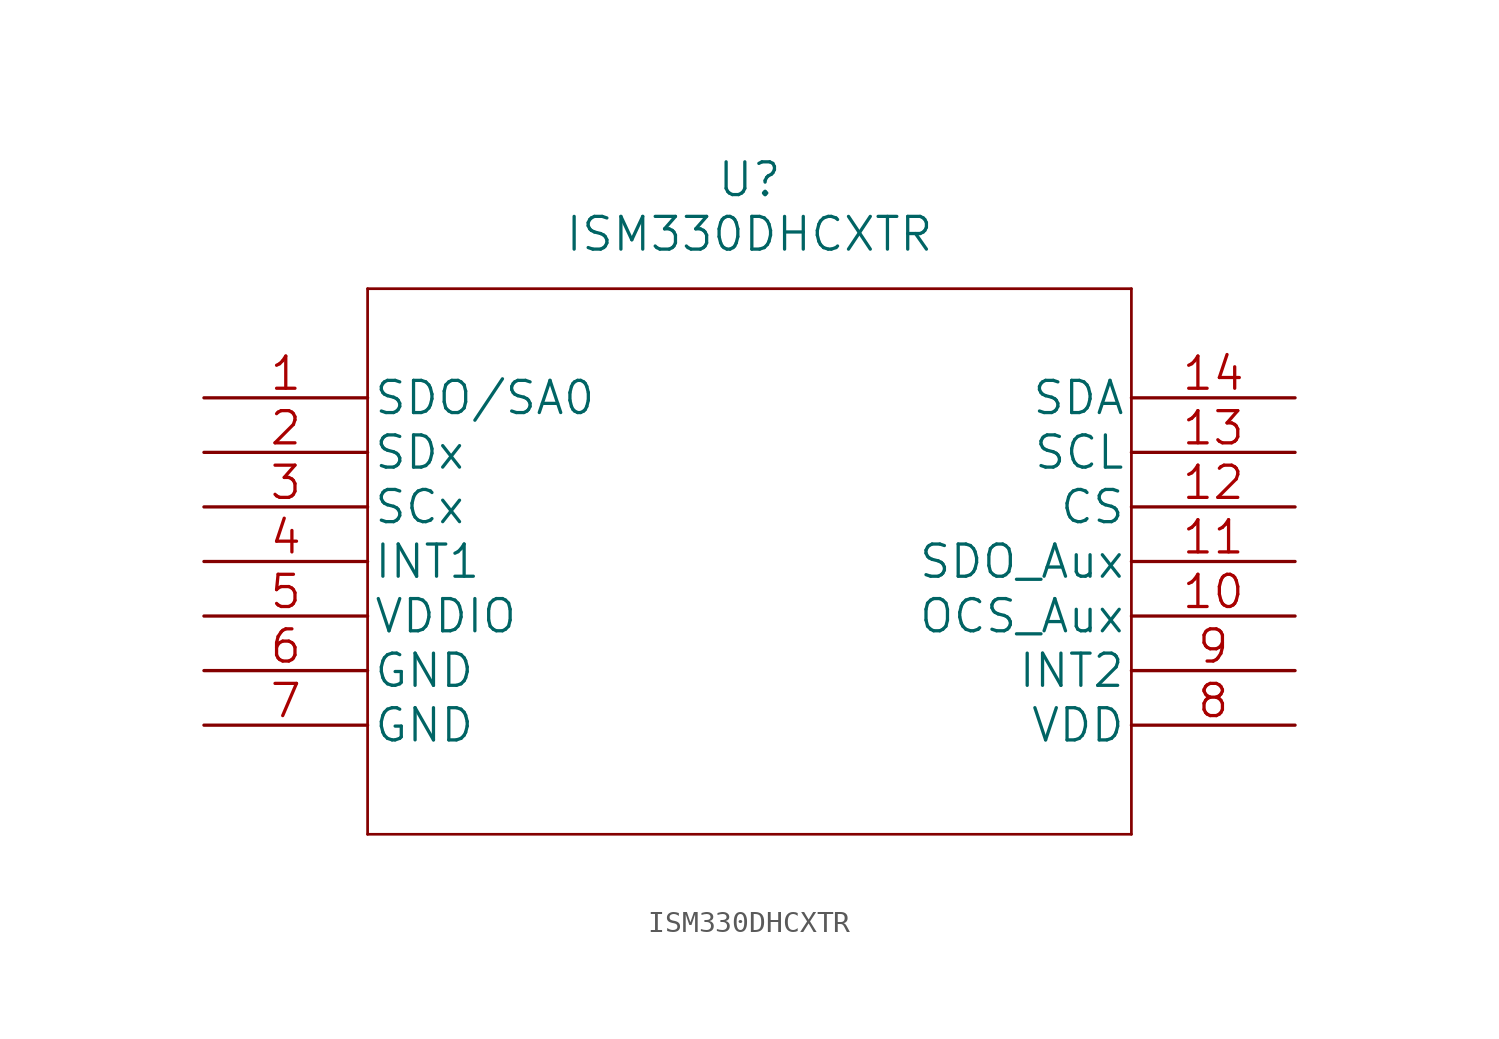
<source format=kicad_sym>
(kicad_symbol_lib
  (version 20211014)
  (generator kicad_symbol_editor)
  (symbol "ISM330DHCXTR"
    (pin_names
      (offset 0.254))
    (property "Reference" "U"
      (at 25.4 10.16 0)
      (effects (font (size 1.524 1.524))))
    (property "Value" "ISM330DHCXTR"
      (at 25.4 7.62 0)
      (effects (font (size 1.524 1.524))))
    (property "Datasheet" ""
      (at 0 0 0)
      (effects (font (size 1.524 1.524))))
    (property "ki_locked" ""
      (at 0 0 0)
      (effects (font (size 1.27 1.27))))
    (symbol "ISM330DHCXTR_1_1"
      (polyline (pts (xy 7.62 -20.32) (xy 43.18 -20.32)) (stroke (width 0.127) (type default) (color 0 0 0 0)) (fill (type none)))
      (polyline (pts (xy 7.62 5.08) (xy 7.62 -20.32)) (stroke (width 0.127) (type default) (color 0 0 0 0)) (fill (type none)))
      (polyline (pts (xy 43.18 -20.32) (xy 43.18 5.08)) (stroke (width 0.127) (type default) (color 0 0 0 0)) (fill (type none)))
      (polyline (pts (xy 43.18 5.08) (xy 7.62 5.08)) (stroke (width 0.127) (type default) (color 0 0 0 0)) (fill (type none)))
      (pin unspecified line (at 0 0 0) (length 7.62) (name "SDO/SA0" (effects (font (size 1.499 1.499)))) (number "1" (effects (font (size 1.499 1.499)))))
      (pin unspecified line (at 50.8 -10.16 180) (length 7.62) (name "OCS_Aux" (effects (font (size 1.499 1.499)))) (number "10" (effects (font (size 1.499 1.499)))))
      (pin unspecified line (at 50.8 -7.62 180) (length 7.62) (name "SDO_Aux" (effects (font (size 1.499 1.499)))) (number "11" (effects (font (size 1.499 1.499)))))
      (pin unspecified line (at 50.8 -5.08 180) (length 7.62) (name "CS" (effects (font (size 1.499 1.499)))) (number "12" (effects (font (size 1.499 1.499)))))
      (pin unspecified line (at 50.8 -2.54 180) (length 7.62) (name "SCL" (effects (font (size 1.499 1.499)))) (number "13" (effects (font (size 1.499 1.499)))))
      (pin unspecified line (at 50.8 0 180) (length 7.62) (name "SDA" (effects (font (size 1.499 1.499)))) (number "14" (effects (font (size 1.499 1.499)))))
      (pin unspecified line (at 0 -2.54 0) (length 7.62) (name "SDx" (effects (font (size 1.499 1.499)))) (number "2" (effects (font (size 1.499 1.499)))))
      (pin unspecified line (at 0 -5.08 0) (length 7.62) (name "SCx" (effects (font (size 1.499 1.499)))) (number "3" (effects (font (size 1.499 1.499)))))
      (pin input line (at 0 -7.62 0) (length 7.62) (name "INT1" (effects (font (size 1.499 1.499)))) (number "4" (effects (font (size 1.499 1.499)))))
      (pin power_in line (at 0 -10.16 0) (length 7.62) (name "VDDIO" (effects (font (size 1.499 1.499)))) (number "5" (effects (font (size 1.499 1.499)))))
      (pin power_in line (at 0 -12.7 0) (length 7.62) (name "GND" (effects (font (size 1.499 1.499)))) (number "6" (effects (font (size 1.499 1.499)))))
      (pin power_in line (at 0 -15.24 0) (length 7.62) (name "GND" (effects (font (size 1.499 1.499)))) (number "7" (effects (font (size 1.499 1.499)))))
      (pin power_in line (at 50.8 -15.24 180) (length 7.62) (name "VDD" (effects (font (size 1.499 1.499)))) (number "8" (effects (font (size 1.499 1.499)))))
      (pin input line (at 50.8 -12.7 180) (length 7.62) (name "INT2" (effects (font (size 1.499 1.499)))) (number "9" (effects (font (size 1.499 1.499))))))))
</source>
